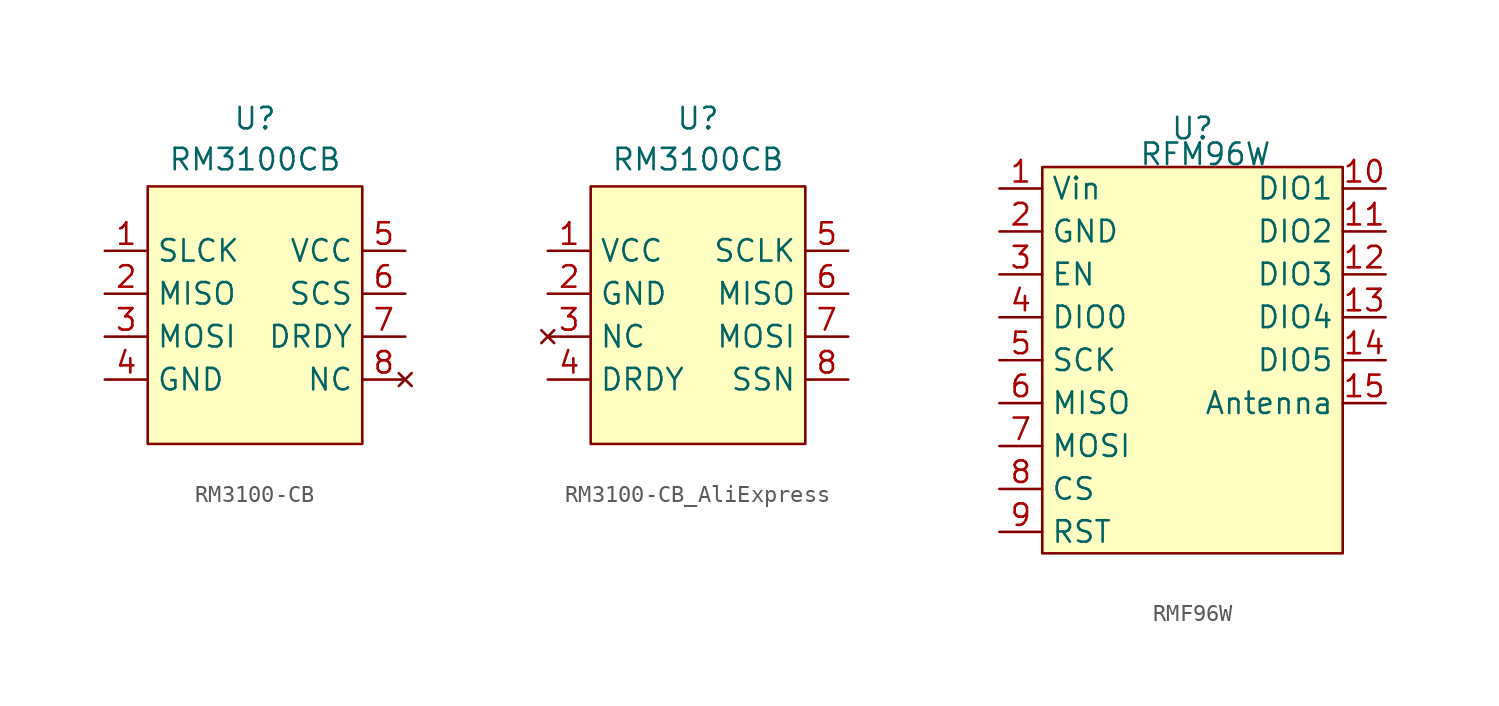
<source format=kicad_sym>
(kicad_symbol_lib
  (version 20241209)
  (generator "kicad_symbol_editor")
  (generator_version "9.0")
  (symbol "RM3100-CB"
    (property "Reference" "U"
      (at 0 11.637 0)
      (effects (font (size 1.27 1.27))))
    (property "Value" "RM3100CB"
      (at 0 9.213 0)
      (effects (font (size 1.27 1.27))))
    (symbol "RM3100-CB_1_1"
      (rectangle (start -6.35 7.62) (end 6.35 -7.62) (stroke (width 0) (type default)) (fill (type background)))
      (pin power_in line (at -8.89 3.81 0) (length 2.54) (name "SLCK" (effects (font (size 1.27 1.27)))) (number "1" (effects (font (size 1.27 1.27)))))
      (pin output line (at -8.89 1.27 0) (length 2.54) (name "MISO" (effects (font (size 1.27 1.27)))) (number "2" (effects (font (size 1.27 1.27)))))
      (pin input line (at -8.89 -1.27 0) (length 2.54) (name "MOSI" (effects (font (size 1.27 1.27)))) (number "3" (effects (font (size 1.27 1.27)))))
      (pin power_in line (at -8.89 -3.81 0) (length 2.54) (name "GND" (effects (font (size 1.27 1.27)))) (number "4" (effects (font (size 1.27 1.27)))))
      (pin power_in line (at 8.89 3.81 180) (length 2.54) (name "VCC" (effects (font (size 1.27 1.27)))) (number "5" (effects (font (size 1.27 1.27)))))
      (pin input line (at 8.89 1.27 180) (length 2.54) (name "SCS" (effects (font (size 1.27 1.27)))) (number "6" (effects (font (size 1.27 1.27)))))
      (pin output line (at 8.89 -1.27 180) (length 2.54) (name "DRDY" (effects (font (size 1.27 1.27)))) (number "7" (effects (font (size 1.27 1.27)))))
      (pin no_connect line (at 8.89 -3.81 180) (length 2.54) (name "NC" (effects (font (size 1.27 1.27)))) (number "8" (effects (font (size 1.27 1.27)))))))
  (symbol "RM3100-CB_AliExpress"
    (property "Reference" "U"
      (at 0 11.637 0)
      (effects (font (size 1.27 1.27))))
    (property "Value" "RM3100CB"
      (at 0 9.213 0)
      (effects (font (size 1.27 1.27))))
    (symbol "RM3100-CB_AliExpress_1_1"
      (rectangle (start -6.35 7.62) (end 6.35 -7.62) (stroke (width 0) (type default)) (fill (type background)))
      (pin power_in line (at -8.89 3.81 0) (length 2.54) (name "VCC" (effects (font (size 1.27 1.27)))) (number "1" (effects (font (size 1.27 1.27)))))
      (pin power_in line (at -8.89 1.27 0) (length 2.54) (name "GND" (effects (font (size 1.27 1.27)))) (number "2" (effects (font (size 1.27 1.27)))))
      (pin no_connect line (at -8.89 -1.27 0) (length 2.54) (name "NC" (effects (font (size 1.27 1.27)))) (number "3" (effects (font (size 1.27 1.27)))))
      (pin input line (at -8.89 -3.81 0) (length 2.54) (name "DRDY" (effects (font (size 1.27 1.27)))) (number "4" (effects (font (size 1.27 1.27)))))
      (pin input line (at 8.89 3.81 180) (length 2.54) (name "SCLK" (effects (font (size 1.27 1.27)))) (number "5" (effects (font (size 1.27 1.27)))))
      (pin output line (at 8.89 1.27 180) (length 2.54) (name "MISO" (effects (font (size 1.27 1.27)))) (number "6" (effects (font (size 1.27 1.27)))))
      (pin input line (at 8.89 -1.27 180) (length 2.54) (name "MOSI" (effects (font (size 1.27 1.27)))) (number "7" (effects (font (size 1.27 1.27)))))
      (pin input line (at 8.89 -3.81 180) (length 2.54) (name "SSN" (effects (font (size 1.27 1.27)))) (number "8" (effects (font (size 1.27 1.27)))))))
  (symbol "RMF96W"
    (property "Reference" "U"
      (at 8.89 2.286 0)
      (effects (font (size 1.27 1.27))))
    (property "Value" "RFM96W"
      (at 9.652 0.762 0)
      (effects (font (size 1.27 1.27))))
    (symbol "RMF96W_1_1"
      (rectangle (start 0 0) (end 17.78 -22.86) (stroke (width 0) (type default)) (fill (type background)))
      (pin input line (at -2.54 -1.27 0) (length 2.54) (name "Vin" (effects (font (size 1.27 1.27)))) (number "1" (effects (font (size 1.27 1.27)))))
      (pin input line (at -2.54 -3.81 0) (length 2.54) (name "GND" (effects (font (size 1.27 1.27)))) (number "2" (effects (font (size 1.27 1.27)))))
      (pin input line (at -2.54 -6.35 0) (length 2.54) (name "EN" (effects (font (size 1.27 1.27)))) (number "3" (effects (font (size 1.27 1.27)))))
      (pin input line (at -2.54 -8.89 0) (length 2.54) (name "DIO0" (effects (font (size 1.27 1.27)))) (number "4" (effects (font (size 1.27 1.27)))))
      (pin input line (at -2.54 -11.43 0) (length 2.54) (name "SCK" (effects (font (size 1.27 1.27)))) (number "5" (effects (font (size 1.27 1.27)))))
      (pin input line (at -2.54 -13.97 0) (length 2.54) (name "MISO" (effects (font (size 1.27 1.27)))) (number "6" (effects (font (size 1.27 1.27)))))
      (pin input line (at -2.54 -16.51 0) (length 2.54) (name "MOSI" (effects (font (size 1.27 1.27)))) (number "7" (effects (font (size 1.27 1.27)))))
      (pin input line (at -2.54 -19.05 0) (length 2.54) (name "CS" (effects (font (size 1.27 1.27)))) (number "8" (effects (font (size 1.27 1.27)))))
      (pin input line (at -2.54 -21.59 0) (length 2.54) (name "RST" (effects (font (size 1.27 1.27)))) (number "9" (effects (font (size 1.27 1.27)))))
      (pin input line (at 20.32 -1.27 180) (length 2.54) (name "DIO1" (effects (font (size 1.27 1.27)))) (number "10" (effects (font (size 1.27 1.27)))))
      (pin input line (at 20.32 -3.81 180) (length 2.54) (name "DIO2" (effects (font (size 1.27 1.27)))) (number "11" (effects (font (size 1.27 1.27)))))
      (pin input line (at 20.32 -6.35 180) (length 2.54) (name "DIO3" (effects (font (size 1.27 1.27)))) (number "12" (effects (font (size 1.27 1.27)))))
      (pin input line (at 20.32 -8.89 180) (length 2.54) (name "DIO4" (effects (font (size 1.27 1.27)))) (number "13" (effects (font (size 1.27 1.27)))))
      (pin input line (at 20.32 -11.43 180) (length 2.54) (name "DIO5" (effects (font (size 1.27 1.27)))) (number "14" (effects (font (size 1.27 1.27)))))
      (pin input line (at 20.32 -13.97 180) (length 2.54) (name "Antenna" (effects (font (size 1.27 1.27)))) (number "15" (effects (font (size 1.27 1.27))))))))
</source>
